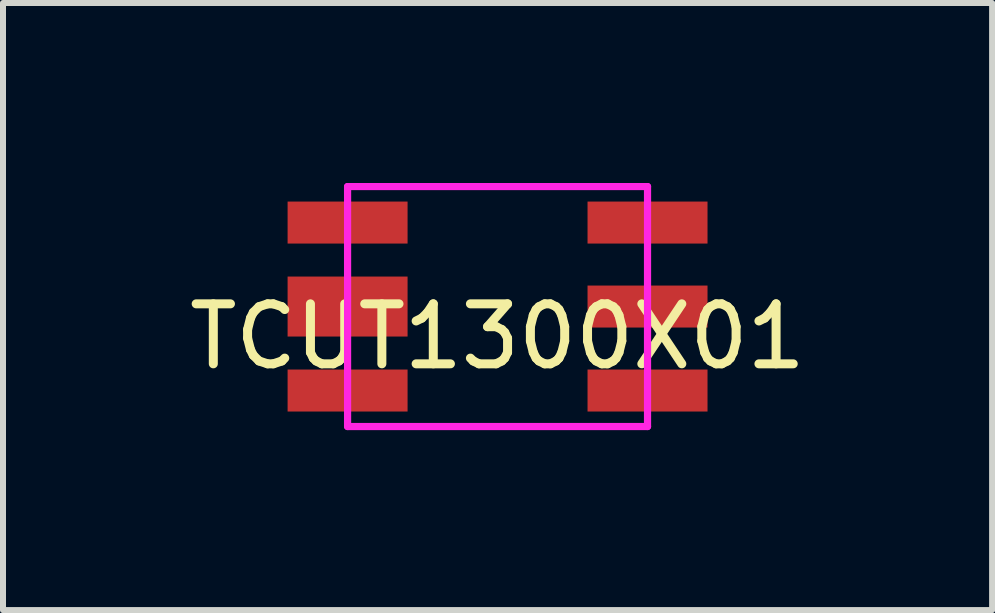
<source format=kicad_pcb>
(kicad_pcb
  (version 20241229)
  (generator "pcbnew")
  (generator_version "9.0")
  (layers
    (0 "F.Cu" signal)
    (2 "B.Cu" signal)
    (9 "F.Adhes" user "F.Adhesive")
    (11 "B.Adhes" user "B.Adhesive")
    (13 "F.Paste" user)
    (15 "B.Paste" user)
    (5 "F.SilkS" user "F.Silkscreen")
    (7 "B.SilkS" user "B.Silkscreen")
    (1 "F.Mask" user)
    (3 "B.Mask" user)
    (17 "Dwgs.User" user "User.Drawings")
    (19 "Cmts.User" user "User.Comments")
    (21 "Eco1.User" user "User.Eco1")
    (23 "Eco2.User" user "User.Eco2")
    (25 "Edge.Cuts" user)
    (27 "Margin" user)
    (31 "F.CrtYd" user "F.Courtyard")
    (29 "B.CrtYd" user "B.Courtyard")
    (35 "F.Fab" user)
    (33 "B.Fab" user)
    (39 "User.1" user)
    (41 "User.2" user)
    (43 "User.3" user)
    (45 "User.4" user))
  (footprint "TCUT1300X01"
    (layer "F.Cu")
    (at 5.244 2.06)
    (property "Reference" "TCUT1300X01" (at 0 0.5 0) (layer "F.SilkS") (effects (font (size 1 1) (thickness 0.15))))
    (attr through_hole)
    (fp_line (start -2.5 -2) (end 2.5 -2) (stroke (width 0.12) (type solid)) (layer "F.CrtYd"))
    (fp_line (start -2.5 2) (end -2.5 -2) (stroke (width 0.12) (type solid)) (layer "F.CrtYd"))
    (fp_line (start 2.5 -2) (end 2.5 2) (stroke (width 0.12) (type solid)) (layer "F.CrtYd"))
    (fp_line (start 2.5 2) (end -2.5 2) (stroke (width 0.12) (type solid)) (layer "F.CrtYd"))
    (pad "1" smd rect (at -2.5 -1.4) (size 2 0.7) (layers "F.Cu" "F.Mask" "F.Paste"))
    (pad "2" smd rect (at -2.5 0) (size 2 1) (layers "F.Cu" "F.Mask" "F.Paste"))
    (pad "3" smd rect (at -2.5 1.4) (size 2 0.7) (layers "F.Cu" "F.Mask" "F.Paste"))
    (pad "4" smd rect (at 2.5 1.4) (size 2 0.7) (layers "F.Cu" "F.Mask" "F.Paste"))
    (pad "5" smd rect (at 2.5 0) (size 2 0.7) (layers "F.Cu" "F.Mask" "F.Paste"))
    (pad "6" smd rect (at 2.5 -1.4) (size 2 0.7) (layers "F.Cu" "F.Mask" "F.Paste")))
  (gr_rect
    (start -3 -3)
    (end 13.488 7.12)
    (stroke (width 0.1) (type default))
    (fill no)
    (layer "Edge.Cuts")))
</source>
